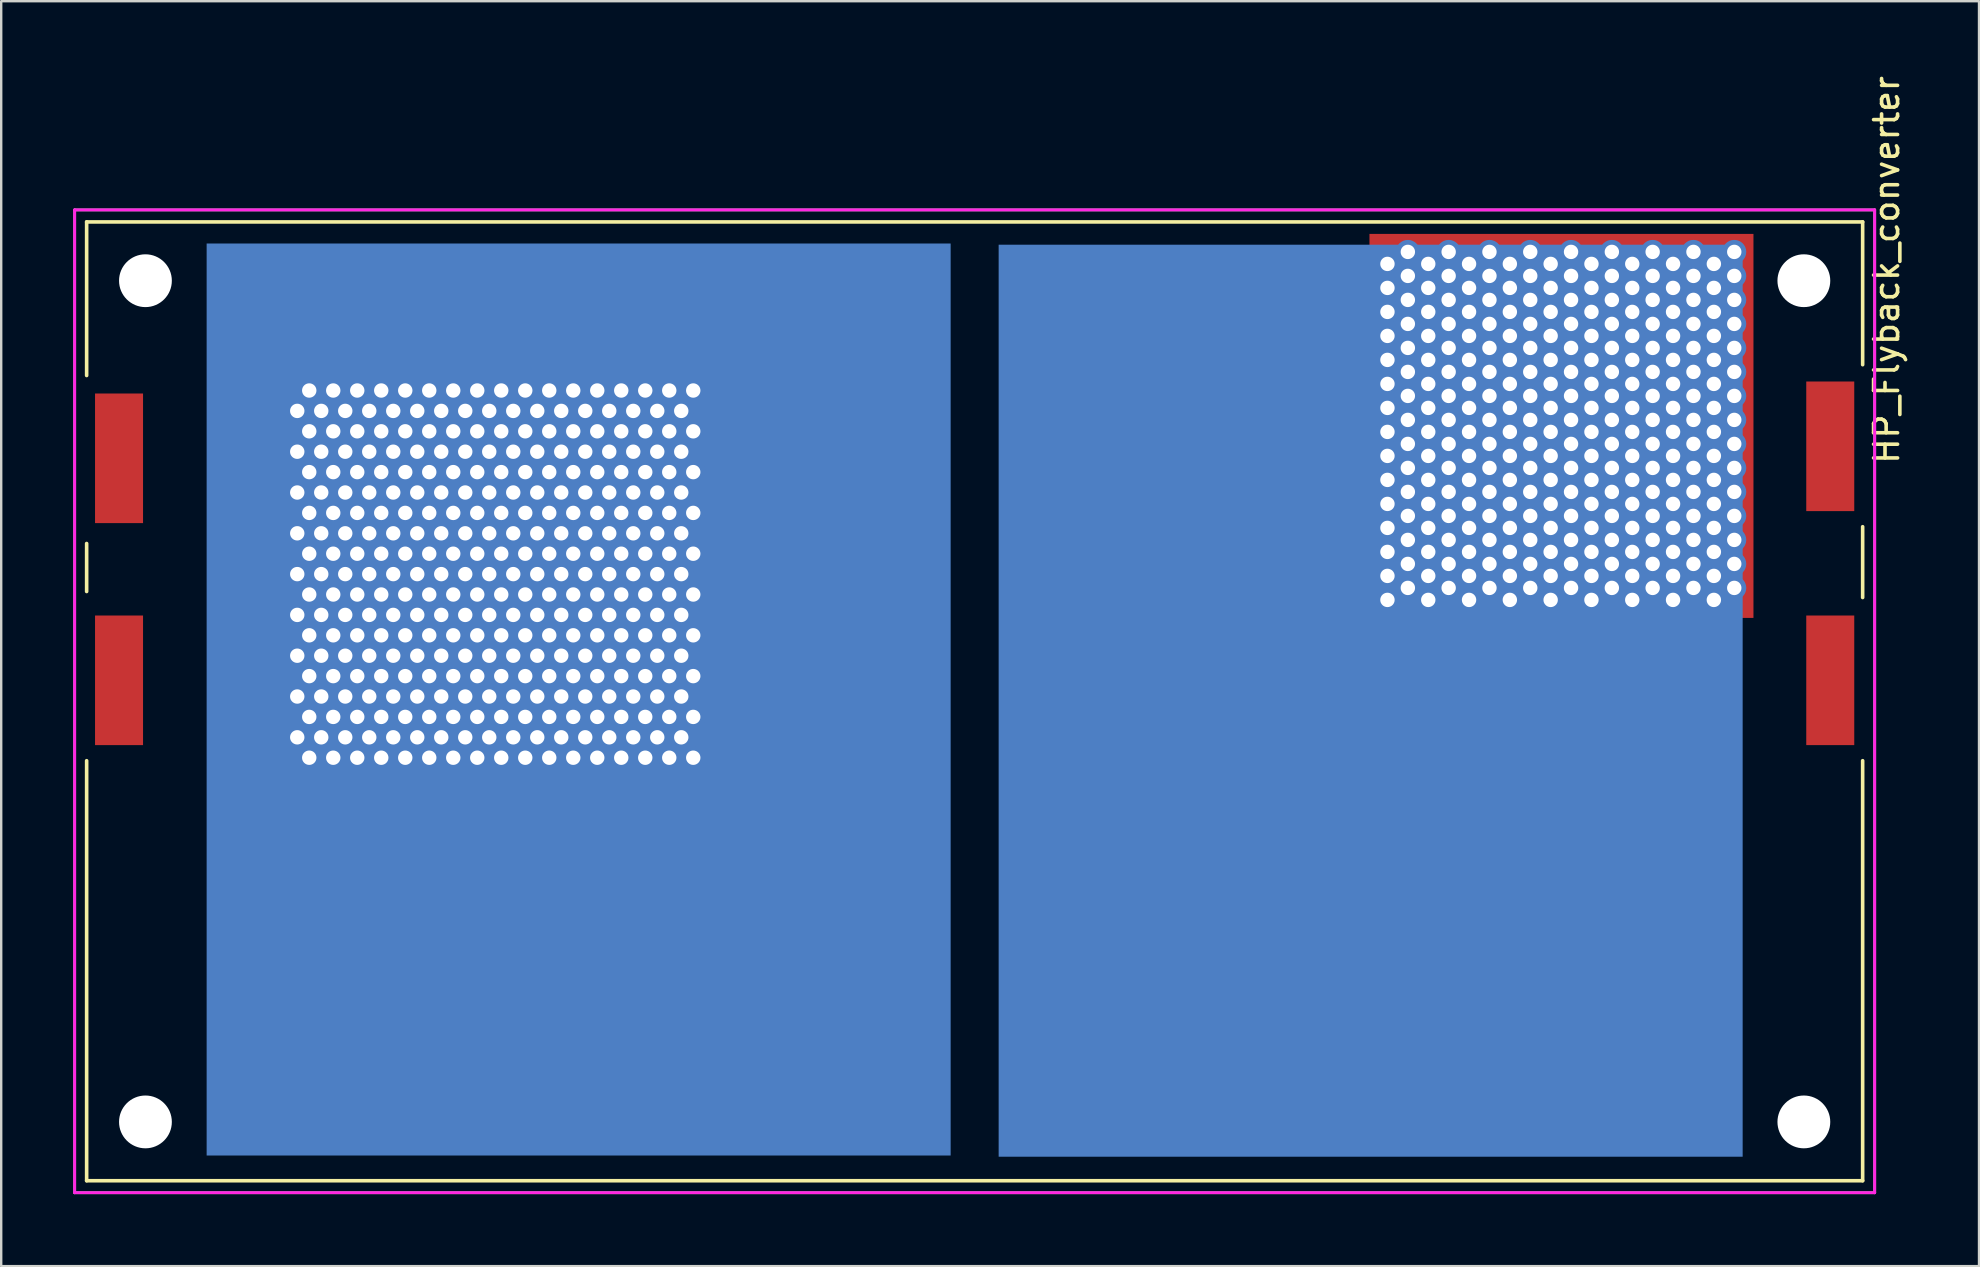
<source format=kicad_pcb>
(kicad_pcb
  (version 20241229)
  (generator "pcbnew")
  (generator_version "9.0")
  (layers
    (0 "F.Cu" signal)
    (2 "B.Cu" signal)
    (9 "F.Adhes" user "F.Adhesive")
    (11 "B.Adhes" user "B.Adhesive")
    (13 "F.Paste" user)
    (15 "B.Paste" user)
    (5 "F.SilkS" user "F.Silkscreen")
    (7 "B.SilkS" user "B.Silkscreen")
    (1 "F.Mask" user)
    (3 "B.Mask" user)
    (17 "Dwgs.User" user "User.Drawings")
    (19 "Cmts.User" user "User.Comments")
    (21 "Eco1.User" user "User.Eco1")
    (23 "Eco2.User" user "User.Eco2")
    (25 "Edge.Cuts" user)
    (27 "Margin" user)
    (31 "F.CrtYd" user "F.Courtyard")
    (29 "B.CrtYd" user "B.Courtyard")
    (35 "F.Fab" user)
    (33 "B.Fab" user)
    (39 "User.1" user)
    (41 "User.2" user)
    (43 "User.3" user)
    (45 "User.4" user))
  (footprint "HP_Flyback_converter"
    (layer "F.Cu")
    (at 42.06 26.146)
    (property "Reference" "HP_Flyback_converter" (at 33.5 -17.95 90) (layer "F.SilkS") (effects (font (size 1 1) (thickness 0.15))))
    (attr through_hole)
    (fp_line (start -41.5 -19.95) (end 32.5 -19.95) (stroke (width 0.15) (type solid)) (layer "F.SilkS"))
    (fp_line (start -41.5 -13.55) (end -41.5 -19.95) (stroke (width 0.15) (type solid)) (layer "F.SilkS"))
    (fp_line (start -41.5 -4.55) (end -41.5 -6.55) (stroke (width 0.15) (type solid)) (layer "F.SilkS"))
    (fp_line (start -41.5 20) (end -41.5 2.5) (stroke (width 0.15) (type solid)) (layer "F.SilkS"))
    (fp_line (start 32.5 -19.95) (end 32.5 -14) (stroke (width 0.15) (type solid)) (layer "F.SilkS"))
    (fp_line (start 32.5 -7.25) (end 32.5 -4.3) (stroke (width 0.15) (type solid)) (layer "F.SilkS"))
    (fp_line (start 32.5 2.5) (end 32.5 20) (stroke (width 0.15) (type solid)) (layer "F.SilkS"))
    (fp_line (start 32.5 20) (end -41.5 20) (stroke (width 0.15) (type solid)) (layer "F.SilkS"))
    (fp_line (start -42 -20.45) (end -42 20.5) (stroke (width 0.12) (type solid)) (layer "F.CrtYd"))
    (fp_line (start -42 20.5) (end 33 20.5) (stroke (width 0.12) (type solid)) (layer "F.CrtYd"))
    (fp_line (start 33 -20.45) (end -42 -20.45) (stroke (width 0.12) (type solid)) (layer "F.CrtYd"))
    (fp_line (start 33 20.5) (end 33 -20.45) (stroke (width 0.12) (type solid)) (layer "F.CrtYd"))
    (fp_line (start -42 -20.45) (end -42 20.5) (stroke (width 0.12) (type solid)) (layer "F.Fab"))
    (fp_line (start -42 20.5) (end 33 20.5) (stroke (width 0.12) (type solid)) (layer "F.Fab"))
    (fp_line (start 33 -20.45) (end -42 -20.45) (stroke (width 0.12) (type solid)) (layer "F.Fab"))
    (fp_line (start 33 20.5) (end 33 -20.45) (stroke (width 0.12) (type solid)) (layer "F.Fab"))
    (pad "" np_thru_hole circle (at -39.05 -17.5) (size 2.2 2.2) (drill 2.2) (layers "*.Cu" "*.Mask"))
    (pad "" np_thru_hole circle (at -39.05 17.55) (size 2.2 2.2) (drill 2.2) (layers "*.Cu" "*.Mask"))
    (pad "" np_thru_hole circle (at 30.05 -17.5) (size 2.2 2.2) (drill 2.2) (layers "*.Cu" "*.Mask"))
    (pad "" np_thru_hole circle (at 30.05 17.55) (size 2.2 2.2) (drill 2.2) (layers "*.Cu" "*.Mask"))
    (pad "1" smd rect (at -40.15 -10.1) (size 2 5.4) (layers "F.Cu" "F.Mask" "F.Paste"))
    (pad "2" smd rect (at -40.15 -0.85) (size 2 5.4) (layers "F.Cu" "F.Mask" "F.Paste"))
    (pad "2" smd rect (at 31.15 -0.85) (size 2 5.4) (layers "F.Cu" "F.Mask" "F.Paste"))
    (pad "3" smd rect (at 31.15 -10.6) (size 2 5.4) (layers "F.Cu" "F.Mask" "F.Paste"))
    (pad "4" thru_hole circle (at -32.725 -12.075) (size 1 1) (drill 0.6) (layers "*.Cu" "F.Mask"))
    (pad "4" thru_hole circle (at -32.725 -10.375) (size 1 1) (drill 0.6) (layers "*.Cu" "F.Mask"))
    (pad "4" thru_hole circle (at -32.725 -8.675) (size 1 1) (drill 0.6) (layers "*.Cu" "F.Mask"))
    (pad "4" thru_hole circle (at -32.725 -6.975) (size 1 1) (drill 0.6) (layers "*.Cu" "F.Mask"))
    (pad "4" thru_hole circle (at -32.725 -5.275) (size 1 1) (drill 0.6) (layers "*.Cu" "F.Mask"))
    (pad "4" thru_hole circle (at -32.725 -3.575) (size 1 1) (drill 0.6) (layers "*.Cu" "F.Mask"))
    (pad "4" thru_hole circle (at -32.725 -1.875) (size 1 1) (drill 0.6) (layers "*.Cu" "F.Mask"))
    (pad "4" thru_hole circle (at -32.725 -0.175) (size 1 1) (drill 0.6) (layers "*.Cu" "F.Mask"))
    (pad "4" thru_hole circle (at -32.725 1.525) (size 1 1) (drill 0.6) (layers "*.Cu" "F.Mask"))
    (pad "4" thru_hole circle (at -32.225 -12.925) (size 1 1) (drill 0.6) (layers "*.Cu" "F.Mask"))
    (pad "4" thru_hole circle (at -32.225 -11.225) (size 1 1) (drill 0.6) (layers "*.Cu" "F.Mask"))
    (pad "4" thru_hole circle (at -32.225 -9.525) (size 1 1) (drill 0.6) (layers "*.Cu" "F.Mask"))
    (pad "4" thru_hole circle (at -32.225 -7.825) (size 1 1) (drill 0.6) (layers "*.Cu" "F.Mask"))
    (pad "4" thru_hole circle (at -32.225 -6.125) (size 1 1) (drill 0.6) (layers "*.Cu" "F.Mask"))
    (pad "4" thru_hole circle (at -32.225 -4.425) (size 1 1) (drill 0.6) (layers "*.Cu" "F.Mask"))
    (pad "4" thru_hole circle (at -32.225 -2.725) (size 1 1) (drill 0.6) (layers "*.Cu" "F.Mask"))
    (pad "4" thru_hole circle (at -32.225 -1.025) (size 1 1) (drill 0.6) (layers "*.Cu" "F.Mask"))
    (pad "4" thru_hole circle (at -32.225 0.675) (size 1 1) (drill 0.6) (layers "*.Cu" "F.Mask"))
    (pad "4" thru_hole circle (at -32.225 2.375) (size 1 1) (drill 0.6) (layers "*.Cu" "F.Mask"))
    (pad "4" thru_hole circle (at -31.725 -12.075) (size 1 1) (drill 0.6) (layers "*.Cu" "F.Mask"))
    (pad "4" thru_hole circle (at -31.725 -10.375) (size 1 1) (drill 0.6) (layers "*.Cu" "F.Mask"))
    (pad "4" thru_hole circle (at -31.725 -8.675) (size 1 1) (drill 0.6) (layers "*.Cu" "F.Mask"))
    (pad "4" thru_hole circle (at -31.725 -6.975) (size 1 1) (drill 0.6) (layers "*.Cu" "F.Mask"))
    (pad "4" thru_hole circle (at -31.725 -5.275) (size 1 1) (drill 0.6) (layers "*.Cu" "F.Mask"))
    (pad "4" thru_hole circle (at -31.725 -3.575) (size 1 1) (drill 0.6) (layers "*.Cu" "F.Mask"))
    (pad "4" thru_hole circle (at -31.725 -1.875) (size 1 1) (drill 0.6) (layers "*.Cu" "F.Mask"))
    (pad "4" thru_hole circle (at -31.725 -0.175) (size 1 1) (drill 0.6) (layers "*.Cu" "F.Mask"))
    (pad "4" thru_hole circle (at -31.725 1.525) (size 1 1) (drill 0.6) (layers "*.Cu" "F.Mask"))
    (pad "4" thru_hole circle (at -31.225 -12.925) (size 1 1) (drill 0.6) (layers "*.Cu" "F.Mask"))
    (pad "4" thru_hole circle (at -31.225 -11.225) (size 1 1) (drill 0.6) (layers "*.Cu" "F.Mask"))
    (pad "4" thru_hole circle (at -31.225 -9.525) (size 1 1) (drill 0.6) (layers "*.Cu" "F.Mask"))
    (pad "4" thru_hole circle (at -31.225 -7.825) (size 1 1) (drill 0.6) (layers "*.Cu" "F.Mask"))
    (pad "4" thru_hole circle (at -31.225 -6.125) (size 1 1) (drill 0.6) (layers "*.Cu" "F.Mask"))
    (pad "4" thru_hole circle (at -31.225 -4.425) (size 1 1) (drill 0.6) (layers "*.Cu" "F.Mask"))
    (pad "4" thru_hole circle (at -31.225 -2.725) (size 1 1) (drill 0.6) (layers "*.Cu" "F.Mask"))
    (pad "4" thru_hole circle (at -31.225 -1.025) (size 1 1) (drill 0.6) (layers "*.Cu" "F.Mask"))
    (pad "4" thru_hole circle (at -31.225 0.675) (size 1 1) (drill 0.6) (layers "*.Cu" "F.Mask"))
    (pad "4" thru_hole circle (at -31.225 2.375) (size 1 1) (drill 0.6) (layers "*.Cu" "F.Mask"))
    (pad "4" thru_hole circle (at -30.725 -12.075) (size 1 1) (drill 0.6) (layers "*.Cu" "F.Mask"))
    (pad "4" thru_hole circle (at -30.725 -10.375) (size 1 1) (drill 0.6) (layers "*.Cu" "F.Mask"))
    (pad "4" thru_hole circle (at -30.725 -8.675) (size 1 1) (drill 0.6) (layers "*.Cu" "F.Mask"))
    (pad "4" thru_hole circle (at -30.725 -6.975) (size 1 1) (drill 0.6) (layers "*.Cu" "F.Mask"))
    (pad "4" thru_hole circle (at -30.725 -5.275) (size 1 1) (drill 0.6) (layers "*.Cu" "F.Mask"))
    (pad "4" thru_hole circle (at -30.725 -3.575) (size 1 1) (drill 0.6) (layers "*.Cu" "F.Mask"))
    (pad "4" thru_hole circle (at -30.725 -1.875) (size 1 1) (drill 0.6) (layers "*.Cu" "F.Mask"))
    (pad "4" thru_hole circle (at -30.725 -0.175) (size 1 1) (drill 0.6) (layers "*.Cu" "F.Mask"))
    (pad "4" thru_hole circle (at -30.725 1.525) (size 1 1) (drill 0.6) (layers "*.Cu" "F.Mask"))
    (pad "4" thru_hole circle (at -30.225 -12.925) (size 1 1) (drill 0.6) (layers "*.Cu" "F.Mask"))
    (pad "4" thru_hole circle (at -30.225 -11.225) (size 1 1) (drill 0.6) (layers "*.Cu" "F.Mask"))
    (pad "4" thru_hole circle (at -30.225 -9.525) (size 1 1) (drill 0.6) (layers "*.Cu" "F.Mask"))
    (pad "4" thru_hole circle (at -30.225 -7.825) (size 1 1) (drill 0.6) (layers "*.Cu" "F.Mask"))
    (pad "4" thru_hole circle (at -30.225 -6.125) (size 1 1) (drill 0.6) (layers "*.Cu" "F.Mask"))
    (pad "4" thru_hole circle (at -30.225 -4.425) (size 1 1) (drill 0.6) (layers "*.Cu" "F.Mask"))
    (pad "4" thru_hole circle (at -30.225 -2.725) (size 1 1) (drill 0.6) (layers "*.Cu" "F.Mask"))
    (pad "4" thru_hole circle (at -30.225 -1.025) (size 1 1) (drill 0.6) (layers "*.Cu" "F.Mask"))
    (pad "4" thru_hole circle (at -30.225 0.675) (size 1 1) (drill 0.6) (layers "*.Cu" "F.Mask"))
    (pad "4" thru_hole circle (at -30.225 2.375) (size 1 1) (drill 0.6) (layers "*.Cu" "F.Mask"))
    (pad "4" thru_hole circle (at -29.725 -12.075) (size 1 1) (drill 0.6) (layers "*.Cu" "F.Mask"))
    (pad "4" thru_hole circle (at -29.725 -10.375) (size 1 1) (drill 0.6) (layers "*.Cu" "F.Mask"))
    (pad "4" thru_hole circle (at -29.725 -8.675) (size 1 1) (drill 0.6) (layers "*.Cu" "F.Mask"))
    (pad "4" thru_hole circle (at -29.725 -6.975) (size 1 1) (drill 0.6) (layers "*.Cu" "F.Mask"))
    (pad "4" thru_hole circle (at -29.725 -5.275) (size 1 1) (drill 0.6) (layers "*.Cu" "F.Mask"))
    (pad "4" thru_hole circle (at -29.725 -3.575) (size 1 1) (drill 0.6) (layers "*.Cu" "F.Mask"))
    (pad "4" thru_hole circle (at -29.725 -1.875) (size 1 1) (drill 0.6) (layers "*.Cu" "F.Mask"))
    (pad "4" thru_hole circle (at -29.725 -0.175) (size 1 1) (drill 0.6) (layers "*.Cu" "F.Mask"))
    (pad "4" thru_hole circle (at -29.725 1.525) (size 1 1) (drill 0.6) (layers "*.Cu" "F.Mask"))
    (pad "4" thru_hole circle (at -29.225 -12.925) (size 1 1) (drill 0.6) (layers "*.Cu" "F.Mask"))
    (pad "4" thru_hole circle (at -29.225 -11.225) (size 1 1) (drill 0.6) (layers "*.Cu" "F.Mask"))
    (pad "4" thru_hole circle (at -29.225 -9.525) (size 1 1) (drill 0.6) (layers "*.Cu" "F.Mask"))
    (pad "4" thru_hole circle (at -29.225 -7.825) (size 1 1) (drill 0.6) (layers "*.Cu" "F.Mask"))
    (pad "4" thru_hole circle (at -29.225 -6.125) (size 1 1) (drill 0.6) (layers "*.Cu" "F.Mask"))
    (pad "4" thru_hole circle (at -29.225 -4.425) (size 1 1) (drill 0.6) (layers "*.Cu" "F.Mask"))
    (pad "4" thru_hole circle (at -29.225 -2.725) (size 1 1) (drill 0.6) (layers "*.Cu" "F.Mask"))
    (pad "4" thru_hole circle (at -29.225 -1.025) (size 1 1) (drill 0.6) (layers "*.Cu" "F.Mask"))
    (pad "4" thru_hole circle (at -29.225 0.675) (size 1 1) (drill 0.6) (layers "*.Cu" "F.Mask"))
    (pad "4" thru_hole circle (at -29.225 2.375) (size 1 1) (drill 0.6) (layers "*.Cu" "F.Mask"))
    (pad "4" thru_hole circle (at -28.725 -12.075) (size 1 1) (drill 0.6) (layers "*.Cu" "F.Mask"))
    (pad "4" thru_hole circle (at -28.725 -10.375) (size 1 1) (drill 0.6) (layers "*.Cu" "F.Mask"))
    (pad "4" thru_hole circle (at -28.725 -8.675) (size 1 1) (drill 0.6) (layers "*.Cu" "F.Mask"))
    (pad "4" thru_hole circle (at -28.725 -6.975) (size 1 1) (drill 0.6) (layers "*.Cu" "F.Mask"))
    (pad "4" thru_hole circle (at -28.725 -5.275) (size 1 1) (drill 0.6) (layers "*.Cu" "F.Mask"))
    (pad "4" thru_hole circle (at -28.725 -3.575) (size 1 1) (drill 0.6) (layers "*.Cu" "F.Mask"))
    (pad "4" thru_hole circle (at -28.725 -1.875) (size 1 1) (drill 0.6) (layers "*.Cu" "F.Mask"))
    (pad "4" thru_hole circle (at -28.725 -0.175) (size 1 1) (drill 0.6) (layers "*.Cu" "F.Mask"))
    (pad "4" thru_hole circle (at -28.725 1.525) (size 1 1) (drill 0.6) (layers "*.Cu" "F.Mask"))
    (pad "4" thru_hole circle (at -28.225 -12.925) (size 1 1) (drill 0.6) (layers "*.Cu" "F.Mask"))
    (pad "4" thru_hole circle (at -28.225 -11.225) (size 1 1) (drill 0.6) (layers "*.Cu" "F.Mask"))
    (pad "4" thru_hole circle (at -28.225 -9.525) (size 1 1) (drill 0.6) (layers "*.Cu" "F.Mask"))
    (pad "4" thru_hole circle (at -28.225 -7.825) (size 1 1) (drill 0.6) (layers "*.Cu" "F.Mask"))
    (pad "4" thru_hole circle (at -28.225 -6.125) (size 1 1) (drill 0.6) (layers "*.Cu" "F.Mask"))
    (pad "4" thru_hole circle (at -28.225 -4.425) (size 1 1) (drill 0.6) (layers "*.Cu" "F.Mask"))
    (pad "4" thru_hole circle (at -28.225 -2.725) (size 1 1) (drill 0.6) (layers "*.Cu" "F.Mask"))
    (pad "4" thru_hole circle (at -28.225 -1.025) (size 1 1) (drill 0.6) (layers "*.Cu" "F.Mask"))
    (pad "4" thru_hole circle (at -28.225 0.675) (size 1 1) (drill 0.6) (layers "*.Cu" "F.Mask"))
    (pad "4" thru_hole circle (at -28.225 2.375) (size 1 1) (drill 0.6) (layers "*.Cu" "F.Mask"))
    (pad "4" thru_hole circle (at -27.725 -12.075) (size 1 1) (drill 0.6) (layers "*.Cu" "F.Mask"))
    (pad "4" thru_hole circle (at -27.725 -10.375) (size 1 1) (drill 0.6) (layers "*.Cu" "F.Mask"))
    (pad "4" thru_hole circle (at -27.725 -8.675) (size 1 1) (drill 0.6) (layers "*.Cu" "F.Mask"))
    (pad "4" thru_hole circle (at -27.725 -6.975) (size 1 1) (drill 0.6) (layers "*.Cu" "F.Mask"))
    (pad "4" thru_hole circle (at -27.725 -5.275) (size 1 1) (drill 0.6) (layers "*.Cu" "F.Mask"))
    (pad "4" thru_hole circle (at -27.725 -3.575) (size 1 1) (drill 0.6) (layers "*.Cu" "F.Mask"))
    (pad "4" thru_hole circle (at -27.725 -1.875) (size 1 1) (drill 0.6) (layers "*.Cu" "F.Mask"))
    (pad "4" thru_hole circle (at -27.725 -0.175) (size 1 1) (drill 0.6) (layers "*.Cu" "F.Mask"))
    (pad "4" thru_hole circle (at -27.725 1.525) (size 1 1) (drill 0.6) (layers "*.Cu" "F.Mask"))
    (pad "4" thru_hole circle (at -27.225 -12.925) (size 1 1) (drill 0.6) (layers "*.Cu" "F.Mask"))
    (pad "4" thru_hole circle (at -27.225 -11.225) (size 1 1) (drill 0.6) (layers "*.Cu" "F.Mask"))
    (pad "4" thru_hole circle (at -27.225 -9.525) (size 1 1) (drill 0.6) (layers "*.Cu" "F.Mask"))
    (pad "4" thru_hole circle (at -27.225 -7.825) (size 1 1) (drill 0.6) (layers "*.Cu" "F.Mask"))
    (pad "4" thru_hole circle (at -27.225 -6.125) (size 1 1) (drill 0.6) (layers "*.Cu" "F.Mask"))
    (pad "4" thru_hole circle (at -27.225 -4.425) (size 1 1) (drill 0.6) (layers "*.Cu" "F.Mask"))
    (pad "4" thru_hole circle (at -27.225 -2.725) (size 1 1) (drill 0.6) (layers "*.Cu" "F.Mask"))
    (pad "4" thru_hole circle (at -27.225 -1.025) (size 1 1) (drill 0.6) (layers "*.Cu" "F.Mask"))
    (pad "4" thru_hole circle (at -27.225 0.675) (size 1 1) (drill 0.6) (layers "*.Cu" "F.Mask"))
    (pad "4" thru_hole circle (at -27.225 2.375) (size 1 1) (drill 0.6) (layers "*.Cu" "F.Mask"))
    (pad "4" thru_hole circle (at -26.725 -12.075) (size 1 1) (drill 0.6) (layers "*.Cu" "F.Mask"))
    (pad "4" thru_hole circle (at -26.725 -10.375) (size 1 1) (drill 0.6) (layers "*.Cu" "F.Mask"))
    (pad "4" thru_hole circle (at -26.725 -8.675) (size 1 1) (drill 0.6) (layers "*.Cu" "F.Mask"))
    (pad "4" thru_hole circle (at -26.725 -6.975) (size 1 1) (drill 0.6) (layers "*.Cu" "F.Mask"))
    (pad "4" thru_hole circle (at -26.725 -5.275) (size 1 1) (drill 0.6) (layers "*.Cu" "F.Mask"))
    (pad "4" thru_hole circle (at -26.725 -3.575) (size 1 1) (drill 0.6) (layers "*.Cu" "F.Mask"))
    (pad "4" thru_hole circle (at -26.725 -1.875) (size 1 1) (drill 0.6) (layers "*.Cu" "F.Mask"))
    (pad "4" thru_hole circle (at -26.725 -0.175) (size 1 1) (drill 0.6) (layers "*.Cu" "F.Mask"))
    (pad "4" thru_hole circle (at -26.725 1.525) (size 1 1) (drill 0.6) (layers "*.Cu" "F.Mask"))
    (pad "4" thru_hole circle (at -26.225 -12.925) (size 1 1) (drill 0.6) (layers "*.Cu" "F.Mask"))
    (pad "4" thru_hole circle (at -26.225 -11.225) (size 1 1) (drill 0.6) (layers "*.Cu" "F.Mask"))
    (pad "4" thru_hole circle (at -26.225 -9.525) (size 1 1) (drill 0.6) (layers "*.Cu" "F.Mask"))
    (pad "4" thru_hole circle (at -26.225 -7.825) (size 1 1) (drill 0.6) (layers "*.Cu" "F.Mask"))
    (pad "4" thru_hole circle (at -26.225 -6.125) (size 1 1) (drill 0.6) (layers "*.Cu" "F.Mask"))
    (pad "4" thru_hole circle (at -26.225 -4.425) (size 1 1) (drill 0.6) (layers "*.Cu" "F.Mask"))
    (pad "4" thru_hole circle (at -26.225 -2.725) (size 1 1) (drill 0.6) (layers "*.Cu" "F.Mask"))
    (pad "4" thru_hole circle (at -26.225 -1.025) (size 1 1) (drill 0.6) (layers "*.Cu" "F.Mask"))
    (pad "4" thru_hole circle (at -26.225 0.675) (size 1 1) (drill 0.6) (layers "*.Cu" "F.Mask"))
    (pad "4" thru_hole circle (at -26.225 2.375) (size 1 1) (drill 0.6) (layers "*.Cu" "F.Mask"))
    (pad "4" thru_hole circle (at -25.725 -12.075) (size 1 1) (drill 0.6) (layers "*.Cu" "F.Mask"))
    (pad "4" thru_hole circle (at -25.725 -10.375) (size 1 1) (drill 0.6) (layers "*.Cu" "F.Mask"))
    (pad "4" thru_hole circle (at -25.725 -8.675) (size 1 1) (drill 0.6) (layers "*.Cu" "F.Mask"))
    (pad "4" thru_hole circle (at -25.725 -6.975) (size 1 1) (drill 0.6) (layers "*.Cu" "F.Mask"))
    (pad "4" thru_hole circle (at -25.725 -5.275) (size 1 1) (drill 0.6) (layers "*.Cu" "F.Mask"))
    (pad "4" thru_hole circle (at -25.725 -3.575) (size 1 1) (drill 0.6) (layers "*.Cu" "F.Mask"))
    (pad "4" thru_hole circle (at -25.725 -1.875) (size 1 1) (drill 0.6) (layers "*.Cu" "F.Mask"))
    (pad "4" thru_hole circle (at -25.725 -0.175) (size 1 1) (drill 0.6) (layers "*.Cu" "F.Mask"))
    (pad "4" thru_hole circle (at -25.725 1.525) (size 1 1) (drill 0.6) (layers "*.Cu" "F.Mask"))
    (pad "4" thru_hole circle (at -25.225 -12.925) (size 1 1) (drill 0.6) (layers "*.Cu" "F.Mask"))
    (pad "4" thru_hole circle (at -25.225 -11.225) (size 1 1) (drill 0.6) (layers "*.Cu" "F.Mask"))
    (pad "4" thru_hole circle (at -25.225 -9.525) (size 1 1) (drill 0.6) (layers "*.Cu" "F.Mask"))
    (pad "4" thru_hole circle (at -25.225 -7.825) (size 1 1) (drill 0.6) (layers "*.Cu" "F.Mask"))
    (pad "4" thru_hole circle (at -25.225 -6.125) (size 1 1) (drill 0.6) (layers "*.Cu" "F.Mask"))
    (pad "4" thru_hole circle (at -25.225 -4.425) (size 1 1) (drill 0.6) (layers "*.Cu" "F.Mask"))
    (pad "4" thru_hole circle (at -25.225 -2.725) (size 1 1) (drill 0.6) (layers "*.Cu" "F.Mask"))
    (pad "4" thru_hole circle (at -25.225 -1.025) (size 1 1) (drill 0.6) (layers "*.Cu" "F.Mask"))
    (pad "4" thru_hole circle (at -25.225 0.675) (size 1 1) (drill 0.6) (layers "*.Cu" "F.Mask"))
    (pad "4" thru_hole circle (at -25.225 2.375) (size 1 1) (drill 0.6) (layers "*.Cu" "F.Mask"))
    (pad "4" thru_hole circle (at -24.725 -12.075) (size 1 1) (drill 0.6) (layers "*.Cu" "F.Mask"))
    (pad "4" thru_hole circle (at -24.725 -10.375) (size 1 1) (drill 0.6) (layers "*.Cu" "F.Mask"))
    (pad "4" thru_hole circle (at -24.725 -8.675) (size 1 1) (drill 0.6) (layers "*.Cu" "F.Mask"))
    (pad "4" thru_hole circle (at -24.725 -6.975) (size 1 1) (drill 0.6) (layers "*.Cu" "F.Mask"))
    (pad "4" thru_hole circle (at -24.725 -5.275) (size 1 1) (drill 0.6) (layers "*.Cu" "F.Mask"))
    (pad "4" thru_hole circle (at -24.725 -3.575) (size 1 1) (drill 0.6) (layers "*.Cu" "F.Mask"))
    (pad "4" thru_hole circle (at -24.725 -1.875) (size 1 1) (drill 0.6) (layers "*.Cu" "F.Mask"))
    (pad "4" thru_hole circle (at -24.725 -0.175) (size 1 1) (drill 0.6) (layers "*.Cu" "F.Mask"))
    (pad "4" thru_hole circle (at -24.725 1.525) (size 1 1) (drill 0.6) (layers "*.Cu" "F.Mask"))
    (pad "4" smd rect (at -24.475 -5.275) (size 18 17) (layers "F.Cu" "F.Mask" "F.Paste"))
    (pad "4" thru_hole circle (at -24.225 -12.925) (size 1 1) (drill 0.6) (layers "*.Cu" "F.Mask"))
    (pad "4" thru_hole circle (at -24.225 -11.225) (size 1 1) (drill 0.6) (layers "*.Cu" "F.Mask"))
    (pad "4" thru_hole circle (at -24.225 -9.525) (size 1 1) (drill 0.6) (layers "*.Cu" "F.Mask"))
    (pad "4" thru_hole circle (at -24.225 -7.825) (size 1 1) (drill 0.6) (layers "*.Cu" "F.Mask"))
    (pad "4" thru_hole circle (at -24.225 -6.125) (size 1 1) (drill 0.6) (layers "*.Cu" "F.Mask"))
    (pad "4" thru_hole circle (at -24.225 -4.425) (size 1 1) (drill 0.6) (layers "*.Cu" "F.Mask"))
    (pad "4" thru_hole circle (at -24.225 -2.725) (size 1 1) (drill 0.6) (layers "*.Cu" "F.Mask"))
    (pad "4" thru_hole circle (at -24.225 -1.025) (size 1 1) (drill 0.6) (layers "*.Cu" "F.Mask"))
    (pad "4" thru_hole circle (at -24.225 0.675) (size 1 1) (drill 0.6) (layers "*.Cu" "F.Mask"))
    (pad "4" thru_hole circle (at -24.225 2.375) (size 1 1) (drill 0.6) (layers "*.Cu" "F.Mask"))
    (pad "4" thru_hole circle (at -23.725 -12.075) (size 1 1) (drill 0.6) (layers "*.Cu" "F.Mask"))
    (pad "4" thru_hole circle (at -23.725 -10.375) (size 1 1) (drill 0.6) (layers "*.Cu" "F.Mask"))
    (pad "4" thru_hole circle (at -23.725 -8.675) (size 1 1) (drill 0.6) (layers "*.Cu" "F.Mask"))
    (pad "4" thru_hole circle (at -23.725 -6.975) (size 1 1) (drill 0.6) (layers "*.Cu" "F.Mask"))
    (pad "4" thru_hole circle (at -23.725 -5.275) (size 1 1) (drill 0.6) (layers "*.Cu" "F.Mask"))
    (pad "4" thru_hole circle (at -23.725 -3.575) (size 1 1) (drill 0.6) (layers "*.Cu" "F.Mask"))
    (pad "4" thru_hole circle (at -23.725 -1.875) (size 1 1) (drill 0.6) (layers "*.Cu" "F.Mask"))
    (pad "4" thru_hole circle (at -23.725 -0.175) (size 1 1) (drill 0.6) (layers "*.Cu" "F.Mask"))
    (pad "4" thru_hole circle (at -23.725 1.525) (size 1 1) (drill 0.6) (layers "*.Cu" "F.Mask"))
    (pad "4" thru_hole circle (at -23.225 -12.925) (size 1 1) (drill 0.6) (layers "*.Cu" "F.Mask"))
    (pad "4" thru_hole circle (at -23.225 -11.225) (size 1 1) (drill 0.6) (layers "*.Cu" "F.Mask"))
    (pad "4" thru_hole circle (at -23.225 -9.525) (size 1 1) (drill 0.6) (layers "*.Cu" "F.Mask"))
    (pad "4" thru_hole circle (at -23.225 -7.825) (size 1 1) (drill 0.6) (layers "*.Cu" "F.Mask"))
    (pad "4" thru_hole circle (at -23.225 -6.125) (size 1 1) (drill 0.6) (layers "*.Cu" "F.Mask"))
    (pad "4" thru_hole circle (at -23.225 -4.425) (size 1 1) (drill 0.6) (layers "*.Cu" "F.Mask"))
    (pad "4" thru_hole circle (at -23.225 -2.725) (size 1 1) (drill 0.6) (layers "*.Cu" "F.Mask"))
    (pad "4" thru_hole circle (at -23.225 -1.025) (size 1 1) (drill 0.6) (layers "*.Cu" "F.Mask"))
    (pad "4" thru_hole circle (at -23.225 0.675) (size 1 1) (drill 0.6) (layers "*.Cu" "F.Mask"))
    (pad "4" thru_hole circle (at -23.225 2.375) (size 1 1) (drill 0.6) (layers "*.Cu" "F.Mask"))
    (pad "4" thru_hole circle (at -22.725 -12.075) (size 1 1) (drill 0.6) (layers "*.Cu" "F.Mask"))
    (pad "4" thru_hole circle (at -22.725 -10.375) (size 1 1) (drill 0.6) (layers "*.Cu" "F.Mask"))
    (pad "4" thru_hole circle (at -22.725 -8.675) (size 1 1) (drill 0.6) (layers "*.Cu" "F.Mask"))
    (pad "4" thru_hole circle (at -22.725 -6.975) (size 1 1) (drill 0.6) (layers "*.Cu" "F.Mask"))
    (pad "4" thru_hole circle (at -22.725 -5.275) (size 1 1) (drill 0.6) (layers "*.Cu" "F.Mask"))
    (pad "4" thru_hole circle (at -22.725 -3.575) (size 1 1) (drill 0.6) (layers "*.Cu" "F.Mask"))
    (pad "4" thru_hole circle (at -22.725 -1.875) (size 1 1) (drill 0.6) (layers "*.Cu" "F.Mask"))
    (pad "4" thru_hole circle (at -22.725 -0.175) (size 1 1) (drill 0.6) (layers "*.Cu" "F.Mask"))
    (pad "4" thru_hole circle (at -22.725 1.525) (size 1 1) (drill 0.6) (layers "*.Cu" "F.Mask"))
    (pad "4" thru_hole circle (at -22.225 -12.925) (size 1 1) (drill 0.6) (layers "*.Cu" "F.Mask"))
    (pad "4" thru_hole circle (at -22.225 -11.225) (size 1 1) (drill 0.6) (layers "*.Cu" "F.Mask"))
    (pad "4" thru_hole circle (at -22.225 -9.525) (size 1 1) (drill 0.6) (layers "*.Cu" "F.Mask"))
    (pad "4" thru_hole circle (at -22.225 -7.825) (size 1 1) (drill 0.6) (layers "*.Cu" "F.Mask"))
    (pad "4" thru_hole circle (at -22.225 -6.125) (size 1 1) (drill 0.6) (layers "*.Cu" "F.Mask"))
    (pad "4" thru_hole circle (at -22.225 -4.425) (size 1 1) (drill 0.6) (layers "*.Cu" "F.Mask"))
    (pad "4" thru_hole circle (at -22.225 -2.725) (size 1 1) (drill 0.6) (layers "*.Cu" "F.Mask"))
    (pad "4" thru_hole circle (at -22.225 -1.025) (size 1 1) (drill 0.6) (layers "*.Cu" "F.Mask"))
    (pad "4" thru_hole circle (at -22.225 0.675) (size 1 1) (drill 0.6) (layers "*.Cu" "F.Mask"))
    (pad "4" thru_hole circle (at -22.225 2.375) (size 1 1) (drill 0.6) (layers "*.Cu" "F.Mask"))
    (pad "4" thru_hole circle (at -21.725 -12.075) (size 1 1) (drill 0.6) (layers "*.Cu" "F.Mask"))
    (pad "4" thru_hole circle (at -21.725 -10.375) (size 1 1) (drill 0.6) (layers "*.Cu" "F.Mask"))
    (pad "4" thru_hole circle (at -21.725 -8.675) (size 1 1) (drill 0.6) (layers "*.Cu" "F.Mask"))
    (pad "4" thru_hole circle (at -21.725 -6.975) (size 1 1) (drill 0.6) (layers "*.Cu" "F.Mask"))
    (pad "4" thru_hole circle (at -21.725 -5.275) (size 1 1) (drill 0.6) (layers "*.Cu" "F.Mask"))
    (pad "4" thru_hole circle (at -21.725 -3.575) (size 1 1) (drill 0.6) (layers "*.Cu" "F.Mask"))
    (pad "4" thru_hole circle (at -21.725 -1.875) (size 1 1) (drill 0.6) (layers "*.Cu" "F.Mask"))
    (pad "4" thru_hole circle (at -21.725 -0.175) (size 1 1) (drill 0.6) (layers "*.Cu" "F.Mask"))
    (pad "4" thru_hole circle (at -21.725 1.525) (size 1 1) (drill 0.6) (layers "*.Cu" "F.Mask"))
    (pad "4" thru_hole circle (at -21.225 -12.925) (size 1 1) (drill 0.6) (layers "*.Cu" "F.Mask"))
    (pad "4" thru_hole circle (at -21.225 -11.225) (size 1 1) (drill 0.6) (layers "*.Cu" "F.Mask"))
    (pad "4" thru_hole circle (at -21.225 -9.525) (size 1 1) (drill 0.6) (layers "*.Cu" "F.Mask"))
    (pad "4" thru_hole circle (at -21.225 -7.825) (size 1 1) (drill 0.6) (layers "*.Cu" "F.Mask"))
    (pad "4" thru_hole circle (at -21.225 -6.125) (size 1 1) (drill 0.6) (layers "*.Cu" "F.Mask"))
    (pad "4" thru_hole circle (at -21.225 -4.425) (size 1 1) (drill 0.6) (layers "*.Cu" "F.Mask"))
    (pad "4" thru_hole circle (at -21.225 -2.725) (size 1 1) (drill 0.6) (layers "*.Cu" "F.Mask"))
    (pad "4" thru_hole circle (at -21.225 -1.025) (size 1 1) (drill 0.6) (layers "*.Cu" "F.Mask"))
    (pad "4" thru_hole circle (at -21.225 0.675) (size 1 1) (drill 0.6) (layers "*.Cu" "F.Mask"))
    (pad "4" thru_hole circle (at -21.225 2.375) (size 1 1) (drill 0.6) (layers "*.Cu" "F.Mask"))
    (pad "4" smd rect (at -21 -0.05) (size 31 38) (layers "B.Cu"))
    (pad "4" thru_hole circle (at -20.725 -12.075) (size 1 1) (drill 0.6) (layers "*.Cu" "F.Mask"))
    (pad "4" thru_hole circle (at -20.725 -10.375) (size 1 1) (drill 0.6) (layers "*.Cu" "F.Mask"))
    (pad "4" thru_hole circle (at -20.725 -8.675) (size 1 1) (drill 0.6) (layers "*.Cu" "F.Mask"))
    (pad "4" thru_hole circle (at -20.725 -6.975) (size 1 1) (drill 0.6) (layers "*.Cu" "F.Mask"))
    (pad "4" thru_hole circle (at -20.725 -5.275) (size 1 1) (drill 0.6) (layers "*.Cu" "F.Mask"))
    (pad "4" thru_hole circle (at -20.725 -3.575) (size 1 1) (drill 0.6) (layers "*.Cu" "F.Mask"))
    (pad "4" thru_hole circle (at -20.725 -1.875) (size 1 1) (drill 0.6) (layers "*.Cu" "F.Mask"))
    (pad "4" thru_hole circle (at -20.725 -0.175) (size 1 1) (drill 0.6) (layers "*.Cu" "F.Mask"))
    (pad "4" thru_hole circle (at -20.725 1.525) (size 1 1) (drill 0.6) (layers "*.Cu" "F.Mask"))
    (pad "4" thru_hole circle (at -20.225 -12.925) (size 1 1) (drill 0.6) (layers "*.Cu" "F.Mask"))
    (pad "4" thru_hole circle (at -20.225 -11.225) (size 1 1) (drill 0.6) (layers "*.Cu" "F.Mask"))
    (pad "4" thru_hole circle (at -20.225 -9.525) (size 1 1) (drill 0.6) (layers "*.Cu" "F.Mask"))
    (pad "4" thru_hole circle (at -20.225 -7.825) (size 1 1) (drill 0.6) (layers "*.Cu" "F.Mask"))
    (pad "4" thru_hole circle (at -20.225 -6.125) (size 1 1) (drill 0.6) (layers "*.Cu" "F.Mask"))
    (pad "4" thru_hole circle (at -20.225 -4.425) (size 1 1) (drill 0.6) (layers "*.Cu" "F.Mask"))
    (pad "4" thru_hole circle (at -20.225 -2.725) (size 1 1) (drill 0.6) (layers "*.Cu" "F.Mask"))
    (pad "4" thru_hole circle (at -20.225 -1.025) (size 1 1) (drill 0.6) (layers "*.Cu" "F.Mask"))
    (pad "4" thru_hole circle (at -20.225 0.675) (size 1 1) (drill 0.6) (layers "*.Cu" "F.Mask"))
    (pad "4" thru_hole circle (at -20.225 2.375) (size 1 1) (drill 0.6) (layers "*.Cu" "F.Mask"))
    (pad "4" thru_hole circle (at -19.725 -12.075) (size 1 1) (drill 0.6) (layers "*.Cu" "F.Mask"))
    (pad "4" thru_hole circle (at -19.725 -10.375) (size 1 1) (drill 0.6) (layers "*.Cu" "F.Mask"))
    (pad "4" thru_hole circle (at -19.725 -8.675) (size 1 1) (drill 0.6) (layers "*.Cu" "F.Mask"))
    (pad "4" thru_hole circle (at -19.725 -6.975) (size 1 1) (drill 0.6) (layers "*.Cu" "F.Mask"))
    (pad "4" thru_hole circle (at -19.725 -5.275) (size 1 1) (drill 0.6) (layers "*.Cu" "F.Mask"))
    (pad "4" thru_hole circle (at -19.725 -3.575) (size 1 1) (drill 0.6) (layers "*.Cu" "F.Mask"))
    (pad "4" thru_hole circle (at -19.725 -1.875) (size 1 1) (drill 0.6) (layers "*.Cu" "F.Mask"))
    (pad "4" thru_hole circle (at -19.725 -0.175) (size 1 1) (drill 0.6) (layers "*.Cu" "F.Mask"))
    (pad "4" thru_hole circle (at -19.725 1.525) (size 1 1) (drill 0.6) (layers "*.Cu" "F.Mask"))
    (pad "4" thru_hole circle (at -19.225 -12.925) (size 1 1) (drill 0.6) (layers "*.Cu" "F.Mask"))
    (pad "4" thru_hole circle (at -19.225 -11.225) (size 1 1) (drill 0.6) (layers "*.Cu" "F.Mask"))
    (pad "4" thru_hole circle (at -19.225 -9.525) (size 1 1) (drill 0.6) (layers "*.Cu" "F.Mask"))
    (pad "4" thru_hole circle (at -19.225 -7.825) (size 1 1) (drill 0.6) (layers "*.Cu" "F.Mask"))
    (pad "4" thru_hole circle (at -19.225 -6.125) (size 1 1) (drill 0.6) (layers "*.Cu" "F.Mask"))
    (pad "4" thru_hole circle (at -19.225 -4.425) (size 1 1) (drill 0.6) (layers "*.Cu" "F.Mask"))
    (pad "4" thru_hole circle (at -19.225 -2.725) (size 1 1) (drill 0.6) (layers "*.Cu" "F.Mask"))
    (pad "4" thru_hole circle (at -19.225 -1.025) (size 1 1) (drill 0.6) (layers "*.Cu" "F.Mask"))
    (pad "4" thru_hole circle (at -19.225 0.675) (size 1 1) (drill 0.6) (layers "*.Cu" "F.Mask"))
    (pad "4" thru_hole circle (at -19.225 2.375) (size 1 1) (drill 0.6) (layers "*.Cu" "F.Mask"))
    (pad "4" thru_hole circle (at -18.725 -12.075) (size 1 1) (drill 0.6) (layers "*.Cu" "F.Mask"))
    (pad "4" thru_hole circle (at -18.725 -10.375) (size 1 1) (drill 0.6) (layers "*.Cu" "F.Mask"))
    (pad "4" thru_hole circle (at -18.725 -8.675) (size 1 1) (drill 0.6) (layers "*.Cu" "F.Mask"))
    (pad "4" thru_hole circle (at -18.725 -6.975) (size 1 1) (drill 0.6) (layers "*.Cu" "F.Mask"))
    (pad "4" thru_hole circle (at -18.725 -5.275) (size 1 1) (drill 0.6) (layers "*.Cu" "F.Mask"))
    (pad "4" thru_hole circle (at -18.725 -3.575) (size 1 1) (drill 0.6) (layers "*.Cu" "F.Mask"))
    (pad "4" thru_hole circle (at -18.725 -1.875) (size 1 1) (drill 0.6) (layers "*.Cu" "F.Mask"))
    (pad "4" thru_hole circle (at -18.725 -0.175) (size 1 1) (drill 0.6) (layers "*.Cu" "F.Mask"))
    (pad "4" thru_hole circle (at -18.725 1.525) (size 1 1) (drill 0.6) (layers "*.Cu" "F.Mask"))
    (pad "4" thru_hole circle (at -18.225 -12.925) (size 1 1) (drill 0.6) (layers "*.Cu" "F.Mask"))
    (pad "4" thru_hole circle (at -18.225 -11.225) (size 1 1) (drill 0.6) (layers "*.Cu" "F.Mask"))
    (pad "4" thru_hole circle (at -18.225 -9.525) (size 1 1) (drill 0.6) (layers "*.Cu" "F.Mask"))
    (pad "4" thru_hole circle (at -18.225 -7.825) (size 1 1) (drill 0.6) (layers "*.Cu" "F.Mask"))
    (pad "4" thru_hole circle (at -18.225 -6.125) (size 1 1) (drill 0.6) (layers "*.Cu" "F.Mask"))
    (pad "4" thru_hole circle (at -18.225 -4.425) (size 1 1) (drill 0.6) (layers "*.Cu" "F.Mask"))
    (pad "4" thru_hole circle (at -18.225 -2.725) (size 1 1) (drill 0.6) (layers "*.Cu" "F.Mask"))
    (pad "4" thru_hole circle (at -18.225 -1.025) (size 1 1) (drill 0.6) (layers "*.Cu" "F.Mask"))
    (pad "4" thru_hole circle (at -18.225 0.675) (size 1 1) (drill 0.6) (layers "*.Cu" "F.Mask"))
    (pad "4" thru_hole circle (at -18.225 2.375) (size 1 1) (drill 0.6) (layers "*.Cu" "F.Mask"))
    (pad "4" thru_hole circle (at -17.725 -12.075) (size 1 1) (drill 0.6) (layers "*.Cu" "F.Mask"))
    (pad "4" thru_hole circle (at -17.725 -10.375) (size 1 1) (drill 0.6) (layers "*.Cu" "F.Mask"))
    (pad "4" thru_hole circle (at -17.725 -8.675) (size 1 1) (drill 0.6) (layers "*.Cu" "F.Mask"))
    (pad "4" thru_hole circle (at -17.725 -6.975) (size 1 1) (drill 0.6) (layers "*.Cu" "F.Mask"))
    (pad "4" thru_hole circle (at -17.725 -5.275) (size 1 1) (drill 0.6) (layers "*.Cu" "F.Mask"))
    (pad "4" thru_hole circle (at -17.725 -3.575) (size 1 1) (drill 0.6) (layers "*.Cu" "F.Mask"))
    (pad "4" thru_hole circle (at -17.725 -1.875) (size 1 1) (drill 0.6) (layers "*.Cu" "F.Mask"))
    (pad "4" thru_hole circle (at -17.725 -0.175) (size 1 1) (drill 0.6) (layers "*.Cu" "F.Mask"))
    (pad "4" thru_hole circle (at -17.725 1.525) (size 1 1) (drill 0.6) (layers "*.Cu" "F.Mask"))
    (pad "4" thru_hole circle (at -17.225 -12.925) (size 1 1) (drill 0.6) (layers "*.Cu" "F.Mask"))
    (pad "4" thru_hole circle (at -17.225 -11.225) (size 1 1) (drill 0.6) (layers "*.Cu" "F.Mask"))
    (pad "4" thru_hole circle (at -17.225 -9.525) (size 1 1) (drill 0.6) (layers "*.Cu" "F.Mask"))
    (pad "4" thru_hole circle (at -17.225 -7.825) (size 1 1) (drill 0.6) (layers "*.Cu" "F.Mask"))
    (pad "4" thru_hole circle (at -17.225 -6.125) (size 1 1) (drill 0.6) (layers "*.Cu" "F.Mask"))
    (pad "4" thru_hole circle (at -17.225 -4.425) (size 1 1) (drill 0.6) (layers "*.Cu" "F.Mask"))
    (pad "4" thru_hole circle (at -17.225 -2.725) (size 1 1) (drill 0.6) (layers "*.Cu" "F.Mask"))
    (pad "4" thru_hole circle (at -17.225 -1.025) (size 1 1) (drill 0.6) (layers "*.Cu" "F.Mask"))
    (pad "4" thru_hole circle (at -17.225 0.675) (size 1 1) (drill 0.6) (layers "*.Cu" "F.Mask"))
    (pad "4" thru_hole circle (at -17.225 2.375) (size 1 1) (drill 0.6) (layers "*.Cu" "F.Mask"))
    (pad "4" thru_hole circle (at -16.725 -12.075) (size 1 1) (drill 0.6) (layers "*.Cu" "F.Mask"))
    (pad "4" thru_hole circle (at -16.725 -10.375) (size 1 1) (drill 0.6) (layers "*.Cu" "F.Mask"))
    (pad "4" thru_hole circle (at -16.725 -8.675) (size 1 1) (drill 0.6) (layers "*.Cu" "F.Mask"))
    (pad "4" thru_hole circle (at -16.725 -6.975) (size 1 1) (drill 0.6) (layers "*.Cu" "F.Mask"))
    (pad "4" thru_hole circle (at -16.725 -5.275) (size 1 1) (drill 0.6) (layers "*.Cu" "F.Mask"))
    (pad "4" thru_hole circle (at -16.725 -3.575) (size 1 1) (drill 0.6) (layers "*.Cu" "F.Mask"))
    (pad "4" thru_hole circle (at -16.725 -1.875) (size 1 1) (drill 0.6) (layers "*.Cu" "F.Mask"))
    (pad "4" thru_hole circle (at -16.725 -0.175) (size 1 1) (drill 0.6) (layers "*.Cu" "F.Mask"))
    (pad "4" thru_hole circle (at -16.725 1.525) (size 1 1) (drill 0.6) (layers "*.Cu" "F.Mask"))
    (pad "4" thru_hole circle (at -16.225 -12.925) (size 1 1) (drill 0.6) (layers "*.Cu" "F.Mask"))
    (pad "4" thru_hole circle (at -16.225 -11.225) (size 1 1) (drill 0.6) (layers "*.Cu" "F.Mask"))
    (pad "4" thru_hole circle (at -16.225 -9.525) (size 1 1) (drill 0.6) (layers "*.Cu" "F.Mask"))
    (pad "4" thru_hole circle (at -16.225 -7.825) (size 1 1) (drill 0.6) (layers "*.Cu" "F.Mask"))
    (pad "4" thru_hole circle (at -16.225 -6.125) (size 1 1) (drill 0.6) (layers "*.Cu" "F.Mask"))
    (pad "4" thru_hole circle (at -16.225 -4.425) (size 1 1) (drill 0.6) (layers "*.Cu" "F.Mask"))
    (pad "4" thru_hole circle (at -16.225 -2.725) (size 1 1) (drill 0.6) (layers "*.Cu" "F.Mask"))
    (pad "4" thru_hole circle (at -16.225 -1.025) (size 1 1) (drill 0.6) (layers "*.Cu" "F.Mask"))
    (pad "4" thru_hole circle (at -16.225 0.675) (size 1 1) (drill 0.6) (layers "*.Cu" "F.Mask"))
    (pad "4" thru_hole circle (at -16.225 2.375) (size 1 1) (drill 0.6) (layers "*.Cu" "F.Mask"))
    (pad "5" smd rect (at 12 0) (size 31 38) (layers "B.Cu"))
    (pad "5" thru_hole circle (at 12.7 -18.2) (size 1 1) (drill 0.6) (layers "*.Cu" "F.Mask"))
    (pad "5" thru_hole circle (at 12.7 -17.2) (size 1 1) (drill 0.6) (layers "*.Cu" "F.Mask"))
    (pad "5" thru_hole circle (at 12.7 -16.2) (size 1 1) (drill 0.6) (layers "*.Cu" "F.Mask"))
    (pad "5" thru_hole circle (at 12.7 -15.2) (size 1 1) (drill 0.6) (layers "*.Cu" "F.Mask"))
    (pad "5" thru_hole circle (at 12.7 -14.2) (size 1 1) (drill 0.6) (layers "*.Cu" "F.Mask"))
    (pad "5" thru_hole circle (at 12.7 -13.2) (size 1 1) (drill 0.6) (layers "*.Cu" "F.Mask"))
    (pad "5" thru_hole circle (at 12.7 -12.2) (size 1 1) (drill 0.6) (layers "*.Cu" "F.Mask"))
    (pad "5" thru_hole circle (at 12.7 -11.2) (size 1 1) (drill 0.6) (layers "*.Cu" "F.Mask"))
    (pad "5" thru_hole circle (at 12.7 -10.2) (size 1 1) (drill 0.6) (layers "*.Cu" "F.Mask"))
    (pad "5" thru_hole circle (at 12.7 -9.2) (size 1 1) (drill 0.6) (layers "*.Cu" "F.Mask"))
    (pad "5" thru_hole circle (at 12.7 -8.2) (size 1 1) (drill 0.6) (layers "*.Cu" "F.Mask"))
    (pad "5" thru_hole circle (at 12.7 -7.2) (size 1 1) (drill 0.6) (layers "*.Cu" "F.Mask"))
    (pad "5" thru_hole circle (at 12.7 -6.2) (size 1 1) (drill 0.6) (layers "*.Cu" "F.Mask"))
    (pad "5" thru_hole circle (at 12.7 -5.2) (size 1 1) (drill 0.6) (layers "*.Cu" "F.Mask"))
    (pad "5" thru_hole circle (at 12.7 -4.2) (size 1 1) (drill 0.6) (layers "*.Cu" "F.Mask"))
    (pad "5" thru_hole circle (at 13.55 -18.7) (size 1 1) (drill 0.6) (layers "*.Cu" "F.Mask"))
    (pad "5" thru_hole circle (at 13.55 -17.7) (size 1 1) (drill 0.6) (layers "*.Cu" "F.Mask"))
    (pad "5" thru_hole circle (at 13.55 -16.7) (size 1 1) (drill 0.6) (layers "*.Cu" "F.Mask"))
    (pad "5" thru_hole circle (at 13.55 -15.7) (size 1 1) (drill 0.6) (layers "*.Cu" "F.Mask"))
    (pad "5" thru_hole circle (at 13.55 -14.7) (size 1 1) (drill 0.6) (layers "*.Cu" "F.Mask"))
    (pad "5" thru_hole circle (at 13.55 -13.7) (size 1 1) (drill 0.6) (layers "*.Cu" "F.Mask"))
    (pad "5" thru_hole circle (at 13.55 -12.7) (size 1 1) (drill 0.6) (layers "*.Cu" "F.Mask"))
    (pad "5" thru_hole circle (at 13.55 -11.7) (size 1 1) (drill 0.6) (layers "*.Cu" "F.Mask"))
    (pad "5" thru_hole circle (at 13.55 -10.7) (size 1 1) (drill 0.6) (layers "*.Cu" "F.Mask"))
    (pad "5" thru_hole circle (at 13.55 -9.7) (size 1 1) (drill 0.6) (layers "*.Cu" "F.Mask"))
    (pad "5" thru_hole circle (at 13.55 -8.7) (size 1 1) (drill 0.6) (layers "*.Cu" "F.Mask"))
    (pad "5" thru_hole circle (at 13.55 -7.7) (size 1 1) (drill 0.6) (layers "*.Cu" "F.Mask"))
    (pad "5" thru_hole circle (at 13.55 -6.7) (size 1 1) (drill 0.6) (layers "*.Cu" "F.Mask"))
    (pad "5" thru_hole circle (at 13.55 -5.7) (size 1 1) (drill 0.6) (layers "*.Cu" "F.Mask"))
    (pad "5" thru_hole circle (at 13.55 -4.7) (size 1 1) (drill 0.6) (layers "*.Cu" "F.Mask"))
    (pad "5" thru_hole circle (at 14.4 -18.2) (size 1 1) (drill 0.6) (layers "*.Cu" "F.Mask"))
    (pad "5" thru_hole circle (at 14.4 -17.2) (size 1 1) (drill 0.6) (layers "*.Cu" "F.Mask"))
    (pad "5" thru_hole circle (at 14.4 -16.2) (size 1 1) (drill 0.6) (layers "*.Cu" "F.Mask"))
    (pad "5" thru_hole circle (at 14.4 -15.2) (size 1 1) (drill 0.6) (layers "*.Cu" "F.Mask"))
    (pad "5" thru_hole circle (at 14.4 -14.2) (size 1 1) (drill 0.6) (layers "*.Cu" "F.Mask"))
    (pad "5" thru_hole circle (at 14.4 -13.2) (size 1 1) (drill 0.6) (layers "*.Cu" "F.Mask"))
    (pad "5" thru_hole circle (at 14.4 -12.2) (size 1 1) (drill 0.6) (layers "*.Cu" "F.Mask"))
    (pad "5" thru_hole circle (at 14.4 -11.2) (size 1 1) (drill 0.6) (layers "*.Cu" "F.Mask"))
    (pad "5" thru_hole circle (at 14.4 -10.2) (size 1 1) (drill 0.6) (layers "*.Cu" "F.Mask"))
    (pad "5" thru_hole circle (at 14.4 -9.2) (size 1 1) (drill 0.6) (layers "*.Cu" "F.Mask"))
    (pad "5" thru_hole circle (at 14.4 -8.2) (size 1 1) (drill 0.6) (layers "*.Cu" "F.Mask"))
    (pad "5" thru_hole circle (at 14.4 -7.2) (size 1 1) (drill 0.6) (layers "*.Cu" "F.Mask"))
    (pad "5" thru_hole circle (at 14.4 -6.2) (size 1 1) (drill 0.6) (layers "*.Cu" "F.Mask"))
    (pad "5" thru_hole circle (at 14.4 -5.2) (size 1 1) (drill 0.6) (layers "*.Cu" "F.Mask"))
    (pad "5" thru_hole circle (at 14.4 -4.2) (size 1 1) (drill 0.6) (layers "*.Cu" "F.Mask"))
    (pad "5" thru_hole circle (at 15.25 -18.7) (size 1 1) (drill 0.6) (layers "*.Cu" "F.Mask"))
    (pad "5" thru_hole circle (at 15.25 -17.7) (size 1 1) (drill 0.6) (layers "*.Cu" "F.Mask"))
    (pad "5" thru_hole circle (at 15.25 -16.7) (size 1 1) (drill 0.6) (layers "*.Cu" "F.Mask"))
    (pad "5" thru_hole circle (at 15.25 -15.7) (size 1 1) (drill 0.6) (layers "*.Cu" "F.Mask"))
    (pad "5" thru_hole circle (at 15.25 -14.7) (size 1 1) (drill 0.6) (layers "*.Cu" "F.Mask"))
    (pad "5" thru_hole circle (at 15.25 -13.7) (size 1 1) (drill 0.6) (layers "*.Cu" "F.Mask"))
    (pad "5" thru_hole circle (at 15.25 -12.7) (size 1 1) (drill 0.6) (layers "*.Cu" "F.Mask"))
    (pad "5" thru_hole circle (at 15.25 -11.7) (size 1 1) (drill 0.6) (layers "*.Cu" "F.Mask"))
    (pad "5" thru_hole circle (at 15.25 -10.7) (size 1 1) (drill 0.6) (layers "*.Cu" "F.Mask"))
    (pad "5" thru_hole circle (at 15.25 -9.7) (size 1 1) (drill 0.6) (layers "*.Cu" "F.Mask"))
    (pad "5" thru_hole circle (at 15.25 -8.7) (size 1 1) (drill 0.6) (layers "*.Cu" "F.Mask"))
    (pad "5" thru_hole circle (at 15.25 -7.7) (size 1 1) (drill 0.6) (layers "*.Cu" "F.Mask"))
    (pad "5" thru_hole circle (at 15.25 -6.7) (size 1 1) (drill 0.6) (layers "*.Cu" "F.Mask"))
    (pad "5" thru_hole circle (at 15.25 -5.7) (size 1 1) (drill 0.6) (layers "*.Cu" "F.Mask"))
    (pad "5" thru_hole circle (at 15.25 -4.7) (size 1 1) (drill 0.6) (layers "*.Cu" "F.Mask"))
    (pad "5" thru_hole circle (at 16.1 -18.2) (size 1 1) (drill 0.6) (layers "*.Cu" "F.Mask"))
    (pad "5" thru_hole circle (at 16.1 -17.2) (size 1 1) (drill 0.6) (layers "*.Cu" "F.Mask"))
    (pad "5" thru_hole circle (at 16.1 -16.2) (size 1 1) (drill 0.6) (layers "*.Cu" "F.Mask"))
    (pad "5" thru_hole circle (at 16.1 -15.2) (size 1 1) (drill 0.6) (layers "*.Cu" "F.Mask"))
    (pad "5" thru_hole circle (at 16.1 -14.2) (size 1 1) (drill 0.6) (layers "*.Cu" "F.Mask"))
    (pad "5" thru_hole circle (at 16.1 -13.2) (size 1 1) (drill 0.6) (layers "*.Cu" "F.Mask"))
    (pad "5" thru_hole circle (at 16.1 -12.2) (size 1 1) (drill 0.6) (layers "*.Cu" "F.Mask"))
    (pad "5" thru_hole circle (at 16.1 -11.2) (size 1 1) (drill 0.6) (layers "*.Cu" "F.Mask"))
    (pad "5" thru_hole circle (at 16.1 -10.2) (size 1 1) (drill 0.6) (layers "*.Cu" "F.Mask"))
    (pad "5" thru_hole circle (at 16.1 -9.2) (size 1 1) (drill 0.6) (layers "*.Cu" "F.Mask"))
    (pad "5" thru_hole circle (at 16.1 -8.2) (size 1 1) (drill 0.6) (layers "*.Cu" "F.Mask"))
    (pad "5" thru_hole circle (at 16.1 -7.2) (size 1 1) (drill 0.6) (layers "*.Cu" "F.Mask"))
    (pad "5" thru_hole circle (at 16.1 -6.2) (size 1 1) (drill 0.6) (layers "*.Cu" "F.Mask"))
    (pad "5" thru_hole circle (at 16.1 -5.2) (size 1 1) (drill 0.6) (layers "*.Cu" "F.Mask"))
    (pad "5" thru_hole circle (at 16.1 -4.2) (size 1 1) (drill 0.6) (layers "*.Cu" "F.Mask"))
    (pad "5" thru_hole circle (at 16.95 -18.7) (size 1 1) (drill 0.6) (layers "*.Cu" "F.Mask"))
    (pad "5" thru_hole circle (at 16.95 -17.7) (size 1 1) (drill 0.6) (layers "*.Cu" "F.Mask"))
    (pad "5" thru_hole circle (at 16.95 -16.7) (size 1 1) (drill 0.6) (layers "*.Cu" "F.Mask"))
    (pad "5" thru_hole circle (at 16.95 -15.7) (size 1 1) (drill 0.6) (layers "*.Cu" "F.Mask"))
    (pad "5" thru_hole circle (at 16.95 -14.7) (size 1 1) (drill 0.6) (layers "*.Cu" "F.Mask"))
    (pad "5" thru_hole circle (at 16.95 -13.7) (size 1 1) (drill 0.6) (layers "*.Cu" "F.Mask"))
    (pad "5" thru_hole circle (at 16.95 -12.7) (size 1 1) (drill 0.6) (layers "*.Cu" "F.Mask"))
    (pad "5" thru_hole circle (at 16.95 -11.7) (size 1 1) (drill 0.6) (layers "*.Cu" "F.Mask"))
    (pad "5" thru_hole circle (at 16.95 -10.7) (size 1 1) (drill 0.6) (layers "*.Cu" "F.Mask"))
    (pad "5" thru_hole circle (at 16.95 -9.7) (size 1 1) (drill 0.6) (layers "*.Cu" "F.Mask"))
    (pad "5" thru_hole circle (at 16.95 -8.7) (size 1 1) (drill 0.6) (layers "*.Cu" "F.Mask"))
    (pad "5" thru_hole circle (at 16.95 -7.7) (size 1 1) (drill 0.6) (layers "*.Cu" "F.Mask"))
    (pad "5" thru_hole circle (at 16.95 -6.7) (size 1 1) (drill 0.6) (layers "*.Cu" "F.Mask"))
    (pad "5" thru_hole circle (at 16.95 -5.7) (size 1 1) (drill 0.6) (layers "*.Cu" "F.Mask"))
    (pad "5" thru_hole circle (at 16.95 -4.7) (size 1 1) (drill 0.6) (layers "*.Cu" "F.Mask"))
    (pad "5" thru_hole circle (at 17.8 -18.2) (size 1 1) (drill 0.6) (layers "*.Cu" "F.Mask"))
    (pad "5" thru_hole circle (at 17.8 -17.2) (size 1 1) (drill 0.6) (layers "*.Cu" "F.Mask"))
    (pad "5" thru_hole circle (at 17.8 -16.2) (size 1 1) (drill 0.6) (layers "*.Cu" "F.Mask"))
    (pad "5" thru_hole circle (at 17.8 -15.2) (size 1 1) (drill 0.6) (layers "*.Cu" "F.Mask"))
    (pad "5" thru_hole circle (at 17.8 -14.2) (size 1 1) (drill 0.6) (layers "*.Cu" "F.Mask"))
    (pad "5" thru_hole circle (at 17.8 -13.2) (size 1 1) (drill 0.6) (layers "*.Cu" "F.Mask"))
    (pad "5" thru_hole circle (at 17.8 -12.2) (size 1 1) (drill 0.6) (layers "*.Cu" "F.Mask"))
    (pad "5" thru_hole circle (at 17.8 -11.2) (size 1 1) (drill 0.6) (layers "*.Cu" "F.Mask"))
    (pad "5" thru_hole circle (at 17.8 -10.2) (size 1 1) (drill 0.6) (layers "*.Cu" "F.Mask"))
    (pad "5" thru_hole circle (at 17.8 -9.2) (size 1 1) (drill 0.6) (layers "*.Cu" "F.Mask"))
    (pad "5" thru_hole circle (at 17.8 -8.2) (size 1 1) (drill 0.6) (layers "*.Cu" "F.Mask"))
    (pad "5" thru_hole circle (at 17.8 -7.2) (size 1 1) (drill 0.6) (layers "*.Cu" "F.Mask"))
    (pad "5" thru_hole circle (at 17.8 -6.2) (size 1 1) (drill 0.6) (layers "*.Cu" "F.Mask"))
    (pad "5" thru_hole circle (at 17.8 -5.2) (size 1 1) (drill 0.6) (layers "*.Cu" "F.Mask"))
    (pad "5" thru_hole circle (at 17.8 -4.2) (size 1 1) (drill 0.6) (layers "*.Cu" "F.Mask"))
    (pad "5" thru_hole circle (at 18.65 -18.7) (size 1 1) (drill 0.6) (layers "*.Cu" "F.Mask"))
    (pad "5" thru_hole circle (at 18.65 -17.7) (size 1 1) (drill 0.6) (layers "*.Cu" "F.Mask"))
    (pad "5" thru_hole circle (at 18.65 -16.7) (size 1 1) (drill 0.6) (layers "*.Cu" "F.Mask"))
    (pad "5" thru_hole circle (at 18.65 -15.7) (size 1 1) (drill 0.6) (layers "*.Cu" "F.Mask"))
    (pad "5" thru_hole circle (at 18.65 -14.7) (size 1 1) (drill 0.6) (layers "*.Cu" "F.Mask"))
    (pad "5" thru_hole circle (at 18.65 -13.7) (size 1 1) (drill 0.6) (layers "*.Cu" "F.Mask"))
    (pad "5" thru_hole circle (at 18.65 -12.7) (size 1 1) (drill 0.6) (layers "*.Cu" "F.Mask"))
    (pad "5" thru_hole circle (at 18.65 -11.7) (size 1 1) (drill 0.6) (layers "*.Cu" "F.Mask"))
    (pad "5" thru_hole circle (at 18.65 -10.7) (size 1 1) (drill 0.6) (layers "*.Cu" "F.Mask"))
    (pad "5" thru_hole circle (at 18.65 -9.7) (size 1 1) (drill 0.6) (layers "*.Cu" "F.Mask"))
    (pad "5" thru_hole circle (at 18.65 -8.7) (size 1 1) (drill 0.6) (layers "*.Cu" "F.Mask"))
    (pad "5" thru_hole circle (at 18.65 -7.7) (size 1 1) (drill 0.6) (layers "*.Cu" "F.Mask"))
    (pad "5" thru_hole circle (at 18.65 -6.7) (size 1 1) (drill 0.6) (layers "*.Cu" "F.Mask"))
    (pad "5" thru_hole circle (at 18.65 -5.7) (size 1 1) (drill 0.6) (layers "*.Cu" "F.Mask"))
    (pad "5" thru_hole circle (at 18.65 -4.7) (size 1 1) (drill 0.6) (layers "*.Cu" "F.Mask"))
    (pad "5" thru_hole circle (at 19.5 -18.2) (size 1 1) (drill 0.6) (layers "*.Cu" "F.Mask"))
    (pad "5" thru_hole circle (at 19.5 -17.2) (size 1 1) (drill 0.6) (layers "*.Cu" "F.Mask"))
    (pad "5" thru_hole circle (at 19.5 -16.2) (size 1 1) (drill 0.6) (layers "*.Cu" "F.Mask"))
    (pad "5" thru_hole circle (at 19.5 -15.2) (size 1 1) (drill 0.6) (layers "*.Cu" "F.Mask"))
    (pad "5" thru_hole circle (at 19.5 -14.2) (size 1 1) (drill 0.6) (layers "*.Cu" "F.Mask"))
    (pad "5" thru_hole circle (at 19.5 -13.2) (size 1 1) (drill 0.6) (layers "*.Cu" "F.Mask"))
    (pad "5" thru_hole circle (at 19.5 -12.2) (size 1 1) (drill 0.6) (layers "*.Cu" "F.Mask"))
    (pad "5" thru_hole circle (at 19.5 -11.2) (size 1 1) (drill 0.6) (layers "*.Cu" "F.Mask"))
    (pad "5" thru_hole circle (at 19.5 -10.2) (size 1 1) (drill 0.6) (layers "*.Cu" "F.Mask"))
    (pad "5" thru_hole circle (at 19.5 -9.2) (size 1 1) (drill 0.6) (layers "*.Cu" "F.Mask"))
    (pad "5" thru_hole circle (at 19.5 -8.2) (size 1 1) (drill 0.6) (layers "*.Cu" "F.Mask"))
    (pad "5" thru_hole circle (at 19.5 -7.2) (size 1 1) (drill 0.6) (layers "*.Cu" "F.Mask"))
    (pad "5" thru_hole circle (at 19.5 -6.2) (size 1 1) (drill 0.6) (layers "*.Cu" "F.Mask"))
    (pad "5" thru_hole circle (at 19.5 -5.2) (size 1 1) (drill 0.6) (layers "*.Cu" "F.Mask"))
    (pad "5" thru_hole circle (at 19.5 -4.2) (size 1 1) (drill 0.6) (layers "*.Cu" "F.Mask"))
    (pad "5" smd rect (at 19.95 -11.45) (size 16 16) (layers "F.Cu" "F.Mask" "F.Paste"))
    (pad "5" thru_hole circle (at 20.35 -18.7) (size 1 1) (drill 0.6) (layers "*.Cu" "F.Mask"))
    (pad "5" thru_hole circle (at 20.35 -17.7) (size 1 1) (drill 0.6) (layers "*.Cu" "F.Mask"))
    (pad "5" thru_hole circle (at 20.35 -16.7) (size 1 1) (drill 0.6) (layers "*.Cu" "F.Mask"))
    (pad "5" thru_hole circle (at 20.35 -15.7) (size 1 1) (drill 0.6) (layers "*.Cu" "F.Mask"))
    (pad "5" thru_hole circle (at 20.35 -14.7) (size 1 1) (drill 0.6) (layers "*.Cu" "F.Mask"))
    (pad "5" thru_hole circle (at 20.35 -13.7) (size 1 1) (drill 0.6) (layers "*.Cu" "F.Mask"))
    (pad "5" thru_hole circle (at 20.35 -12.7) (size 1 1) (drill 0.6) (layers "*.Cu" "F.Mask"))
    (pad "5" thru_hole circle (at 20.35 -11.7) (size 1 1) (drill 0.6) (layers "*.Cu" "F.Mask"))
    (pad "5" thru_hole circle (at 20.35 -10.7) (size 1 1) (drill 0.6) (layers "*.Cu" "F.Mask"))
    (pad "5" thru_hole circle (at 20.35 -9.7) (size 1 1) (drill 0.6) (layers "*.Cu" "F.Mask"))
    (pad "5" thru_hole circle (at 20.35 -8.7) (size 1 1) (drill 0.6) (layers "*.Cu" "F.Mask"))
    (pad "5" thru_hole circle (at 20.35 -7.7) (size 1 1) (drill 0.6) (layers "*.Cu" "F.Mask"))
    (pad "5" thru_hole circle (at 20.35 -6.7) (size 1 1) (drill 0.6) (layers "*.Cu" "F.Mask"))
    (pad "5" thru_hole circle (at 20.35 -5.7) (size 1 1) (drill 0.6) (layers "*.Cu" "F.Mask"))
    (pad "5" thru_hole circle (at 20.35 -4.7) (size 1 1) (drill 0.6) (layers "*.Cu" "F.Mask"))
    (pad "5" thru_hole circle (at 21.2 -18.2) (size 1 1) (drill 0.6) (layers "*.Cu" "F.Mask"))
    (pad "5" thru_hole circle (at 21.2 -17.2) (size 1 1) (drill 0.6) (layers "*.Cu" "F.Mask"))
    (pad "5" thru_hole circle (at 21.2 -16.2) (size 1 1) (drill 0.6) (layers "*.Cu" "F.Mask"))
    (pad "5" thru_hole circle (at 21.2 -15.2) (size 1 1) (drill 0.6) (layers "*.Cu" "F.Mask"))
    (pad "5" thru_hole circle (at 21.2 -14.2) (size 1 1) (drill 0.6) (layers "*.Cu" "F.Mask"))
    (pad "5" thru_hole circle (at 21.2 -13.2) (size 1 1) (drill 0.6) (layers "*.Cu" "F.Mask"))
    (pad "5" thru_hole circle (at 21.2 -12.2) (size 1 1) (drill 0.6) (layers "*.Cu" "F.Mask"))
    (pad "5" thru_hole circle (at 21.2 -11.2) (size 1 1) (drill 0.6) (layers "*.Cu" "F.Mask"))
    (pad "5" thru_hole circle (at 21.2 -10.2) (size 1 1) (drill 0.6) (layers "*.Cu" "F.Mask"))
    (pad "5" thru_hole circle (at 21.2 -9.2) (size 1 1) (drill 0.6) (layers "*.Cu" "F.Mask"))
    (pad "5" thru_hole circle (at 21.2 -8.2) (size 1 1) (drill 0.6) (layers "*.Cu" "F.Mask"))
    (pad "5" thru_hole circle (at 21.2 -7.2) (size 1 1) (drill 0.6) (layers "*.Cu" "F.Mask"))
    (pad "5" thru_hole circle (at 21.2 -6.2) (size 1 1) (drill 0.6) (layers "*.Cu" "F.Mask"))
    (pad "5" thru_hole circle (at 21.2 -5.2) (size 1 1) (drill 0.6) (layers "*.Cu" "F.Mask"))
    (pad "5" thru_hole circle (at 21.2 -4.2) (size 1 1) (drill 0.6) (layers "*.Cu" "F.Mask"))
    (pad "5" thru_hole circle (at 22.05 -18.7) (size 1 1) (drill 0.6) (layers "*.Cu" "F.Mask"))
    (pad "5" thru_hole circle (at 22.05 -17.7) (size 1 1) (drill 0.6) (layers "*.Cu" "F.Mask"))
    (pad "5" thru_hole circle (at 22.05 -16.7) (size 1 1) (drill 0.6) (layers "*.Cu" "F.Mask"))
    (pad "5" thru_hole circle (at 22.05 -15.7) (size 1 1) (drill 0.6) (layers "*.Cu" "F.Mask"))
    (pad "5" thru_hole circle (at 22.05 -14.7) (size 1 1) (drill 0.6) (layers "*.Cu" "F.Mask"))
    (pad "5" thru_hole circle (at 22.05 -13.7) (size 1 1) (drill 0.6) (layers "*.Cu" "F.Mask"))
    (pad "5" thru_hole circle (at 22.05 -12.7) (size 1 1) (drill 0.6) (layers "*.Cu" "F.Mask"))
    (pad "5" thru_hole circle (at 22.05 -11.7) (size 1 1) (drill 0.6) (layers "*.Cu" "F.Mask"))
    (pad "5" thru_hole circle (at 22.05 -10.7) (size 1 1) (drill 0.6) (layers "*.Cu" "F.Mask"))
    (pad "5" thru_hole circle (at 22.05 -9.7) (size 1 1) (drill 0.6) (layers "*.Cu" "F.Mask"))
    (pad "5" thru_hole circle (at 22.05 -8.7) (size 1 1) (drill 0.6) (layers "*.Cu" "F.Mask"))
    (pad "5" thru_hole circle (at 22.05 -7.7) (size 1 1) (drill 0.6) (layers "*.Cu" "F.Mask"))
    (pad "5" thru_hole circle (at 22.05 -6.7) (size 1 1) (drill 0.6) (layers "*.Cu" "F.Mask"))
    (pad "5" thru_hole circle (at 22.05 -5.7) (size 1 1) (drill 0.6) (layers "*.Cu" "F.Mask"))
    (pad "5" thru_hole circle (at 22.05 -4.7) (size 1 1) (drill 0.6) (layers "*.Cu" "F.Mask"))
    (pad "5" thru_hole circle (at 22.9 -18.2) (size 1 1) (drill 0.6) (layers "*.Cu" "F.Mask"))
    (pad "5" thru_hole circle (at 22.9 -17.2) (size 1 1) (drill 0.6) (layers "*.Cu" "F.Mask"))
    (pad "5" thru_hole circle (at 22.9 -16.2) (size 1 1) (drill 0.6) (layers "*.Cu" "F.Mask"))
    (pad "5" thru_hole circle (at 22.9 -15.2) (size 1 1) (drill 0.6) (layers "*.Cu" "F.Mask"))
    (pad "5" thru_hole circle (at 22.9 -14.2) (size 1 1) (drill 0.6) (layers "*.Cu" "F.Mask"))
    (pad "5" thru_hole circle (at 22.9 -13.2) (size 1 1) (drill 0.6) (layers "*.Cu" "F.Mask"))
    (pad "5" thru_hole circle (at 22.9 -12.2) (size 1 1) (drill 0.6) (layers "*.Cu" "F.Mask"))
    (pad "5" thru_hole circle (at 22.9 -11.2) (size 1 1) (drill 0.6) (layers "*.Cu" "F.Mask"))
    (pad "5" thru_hole circle (at 22.9 -10.2) (size 1 1) (drill 0.6) (layers "*.Cu" "F.Mask"))
    (pad "5" thru_hole circle (at 22.9 -9.2) (size 1 1) (drill 0.6) (layers "*.Cu" "F.Mask"))
    (pad "5" thru_hole circle (at 22.9 -8.2) (size 1 1) (drill 0.6) (layers "*.Cu" "F.Mask"))
    (pad "5" thru_hole circle (at 22.9 -7.2) (size 1 1) (drill 0.6) (layers "*.Cu" "F.Mask"))
    (pad "5" thru_hole circle (at 22.9 -6.2) (size 1 1) (drill 0.6) (layers "*.Cu" "F.Mask"))
    (pad "5" thru_hole circle (at 22.9 -5.2) (size 1 1) (drill 0.6) (layers "*.Cu" "F.Mask"))
    (pad "5" thru_hole circle (at 22.9 -4.2) (size 1 1) (drill 0.6) (layers "*.Cu" "F.Mask"))
    (pad "5" thru_hole circle (at 23.75 -18.7) (size 1 1) (drill 0.6) (layers "*.Cu" "F.Mask"))
    (pad "5" thru_hole circle (at 23.75 -17.7) (size 1 1) (drill 0.6) (layers "*.Cu" "F.Mask"))
    (pad "5" thru_hole circle (at 23.75 -16.7) (size 1 1) (drill 0.6) (layers "*.Cu" "F.Mask"))
    (pad "5" thru_hole circle (at 23.75 -15.7) (size 1 1) (drill 0.6) (layers "*.Cu" "F.Mask"))
    (pad "5" thru_hole circle (at 23.75 -14.7) (size 1 1) (drill 0.6) (layers "*.Cu" "F.Mask"))
    (pad "5" thru_hole circle (at 23.75 -13.7) (size 1 1) (drill 0.6) (layers "*.Cu" "F.Mask"))
    (pad "5" thru_hole circle (at 23.75 -12.7) (size 1 1) (drill 0.6) (layers "*.Cu" "F.Mask"))
    (pad "5" thru_hole circle (at 23.75 -11.7) (size 1 1) (drill 0.6) (layers "*.Cu" "F.Mask"))
    (pad "5" thru_hole circle (at 23.75 -10.7) (size 1 1) (drill 0.6) (layers "*.Cu" "F.Mask"))
    (pad "5" thru_hole circle (at 23.75 -9.7) (size 1 1) (drill 0.6) (layers "*.Cu" "F.Mask"))
    (pad "5" thru_hole circle (at 23.75 -8.7) (size 1 1) (drill 0.6) (layers "*.Cu" "F.Mask"))
    (pad "5" thru_hole circle (at 23.75 -7.7) (size 1 1) (drill 0.6) (layers "*.Cu" "F.Mask"))
    (pad "5" thru_hole circle (at 23.75 -6.7) (size 1 1) (drill 0.6) (layers "*.Cu" "F.Mask"))
    (pad "5" thru_hole circle (at 23.75 -5.7) (size 1 1) (drill 0.6) (layers "*.Cu" "F.Mask"))
    (pad "5" thru_hole circle (at 23.75 -4.7) (size 1 1) (drill 0.6) (layers "*.Cu" "F.Mask"))
    (pad "5" thru_hole circle (at 24.6 -18.2) (size 1 1) (drill 0.6) (layers "*.Cu" "F.Mask"))
    (pad "5" thru_hole circle (at 24.6 -17.2) (size 1 1) (drill 0.6) (layers "*.Cu" "F.Mask"))
    (pad "5" thru_hole circle (at 24.6 -16.2) (size 1 1) (drill 0.6) (layers "*.Cu" "F.Mask"))
    (pad "5" thru_hole circle (at 24.6 -15.2) (size 1 1) (drill 0.6) (layers "*.Cu" "F.Mask"))
    (pad "5" thru_hole circle (at 24.6 -14.2) (size 1 1) (drill 0.6) (layers "*.Cu" "F.Mask"))
    (pad "5" thru_hole circle (at 24.6 -13.2) (size 1 1) (drill 0.6) (layers "*.Cu" "F.Mask"))
    (pad "5" thru_hole circle (at 24.6 -12.2) (size 1 1) (drill 0.6) (layers "*.Cu" "F.Mask"))
    (pad "5" thru_hole circle (at 24.6 -11.2) (size 1 1) (drill 0.6) (layers "*.Cu" "F.Mask"))
    (pad "5" thru_hole circle (at 24.6 -10.2) (size 1 1) (drill 0.6) (layers "*.Cu" "F.Mask"))
    (pad "5" thru_hole circle (at 24.6 -9.2) (size 1 1) (drill 0.6) (layers "*.Cu" "F.Mask"))
    (pad "5" thru_hole circle (at 24.6 -8.2) (size 1 1) (drill 0.6) (layers "*.Cu" "F.Mask"))
    (pad "5" thru_hole circle (at 24.6 -7.2) (size 1 1) (drill 0.6) (layers "*.Cu" "F.Mask"))
    (pad "5" thru_hole circle (at 24.6 -6.2) (size 1 1) (drill 0.6) (layers "*.Cu" "F.Mask"))
    (pad "5" thru_hole circle (at 24.6 -5.2) (size 1 1) (drill 0.6) (layers "*.Cu" "F.Mask"))
    (pad "5" thru_hole circle (at 24.6 -4.2) (size 1 1) (drill 0.6) (layers "*.Cu" "F.Mask"))
    (pad "5" thru_hole circle (at 25.45 -18.7) (size 1 1) (drill 0.6) (layers "*.Cu" "F.Mask"))
    (pad "5" thru_hole circle (at 25.45 -17.7) (size 1 1) (drill 0.6) (layers "*.Cu" "F.Mask"))
    (pad "5" thru_hole circle (at 25.45 -16.7) (size 1 1) (drill 0.6) (layers "*.Cu" "F.Mask"))
    (pad "5" thru_hole circle (at 25.45 -15.7) (size 1 1) (drill 0.6) (layers "*.Cu" "F.Mask"))
    (pad "5" thru_hole circle (at 25.45 -14.7) (size 1 1) (drill 0.6) (layers "*.Cu" "F.Mask"))
    (pad "5" thru_hole circle (at 25.45 -13.7) (size 1 1) (drill 0.6) (layers "*.Cu" "F.Mask"))
    (pad "5" thru_hole circle (at 25.45 -12.7) (size 1 1) (drill 0.6) (layers "*.Cu" "F.Mask"))
    (pad "5" thru_hole circle (at 25.45 -11.7) (size 1 1) (drill 0.6) (layers "*.Cu" "F.Mask"))
    (pad "5" thru_hole circle (at 25.45 -10.7) (size 1 1) (drill 0.6) (layers "*.Cu" "F.Mask"))
    (pad "5" thru_hole circle (at 25.45 -9.7) (size 1 1) (drill 0.6) (layers "*.Cu" "F.Mask"))
    (pad "5" thru_hole circle (at 25.45 -8.7) (size 1 1) (drill 0.6) (layers "*.Cu" "F.Mask"))
    (pad "5" thru_hole circle (at 25.45 -7.7) (size 1 1) (drill 0.6) (layers "*.Cu" "F.Mask"))
    (pad "5" thru_hole circle (at 25.45 -6.7) (size 1 1) (drill 0.6) (layers "*.Cu" "F.Mask"))
    (pad "5" thru_hole circle (at 25.45 -5.7) (size 1 1) (drill 0.6) (layers "*.Cu" "F.Mask"))
    (pad "5" thru_hole circle (at 25.45 -4.7) (size 1 1) (drill 0.6) (layers "*.Cu" "F.Mask"))
    (pad "5" thru_hole circle (at 26.3 -18.2) (size 1 1) (drill 0.6) (layers "*.Cu" "F.Mask"))
    (pad "5" thru_hole circle (at 26.3 -17.2) (size 1 1) (drill 0.6) (layers "*.Cu" "F.Mask"))
    (pad "5" thru_hole circle (at 26.3 -16.2) (size 1 1) (drill 0.6) (layers "*.Cu" "F.Mask"))
    (pad "5" thru_hole circle (at 26.3 -15.2) (size 1 1) (drill 0.6) (layers "*.Cu" "F.Mask"))
    (pad "5" thru_hole circle (at 26.3 -14.2) (size 1 1) (drill 0.6) (layers "*.Cu" "F.Mask"))
    (pad "5" thru_hole circle (at 26.3 -13.2) (size 1 1) (drill 0.6) (layers "*.Cu" "F.Mask"))
    (pad "5" thru_hole circle (at 26.3 -12.2) (size 1 1) (drill 0.6) (layers "*.Cu" "F.Mask"))
    (pad "5" thru_hole circle (at 26.3 -11.2) (size 1 1) (drill 0.6) (layers "*.Cu" "F.Mask"))
    (pad "5" thru_hole circle (at 26.3 -10.2) (size 1 1) (drill 0.6) (layers "*.Cu" "F.Mask"))
    (pad "5" thru_hole circle (at 26.3 -9.2) (size 1 1) (drill 0.6) (layers "*.Cu" "F.Mask"))
    (pad "5" thru_hole circle (at 26.3 -8.2) (size 1 1) (drill 0.6) (layers "*.Cu" "F.Mask"))
    (pad "5" thru_hole circle (at 26.3 -7.2) (size 1 1) (drill 0.6) (layers "*.Cu" "F.Mask"))
    (pad "5" thru_hole circle (at 26.3 -6.2) (size 1 1) (drill 0.6) (layers "*.Cu" "F.Mask"))
    (pad "5" thru_hole circle (at 26.3 -5.2) (size 1 1) (drill 0.6) (layers "*.Cu" "F.Mask"))
    (pad "5" thru_hole circle (at 26.3 -4.2) (size 1 1) (drill 0.6) (layers "*.Cu" "F.Mask"))
    (pad "5" thru_hole circle (at 27.15 -18.7) (size 1 1) (drill 0.6) (layers "*.Cu" "F.Mask"))
    (pad "5" thru_hole circle (at 27.15 -17.7) (size 1 1) (drill 0.6) (layers "*.Cu" "F.Mask"))
    (pad "5" thru_hole circle (at 27.15 -16.7) (size 1 1) (drill 0.6) (layers "*.Cu" "F.Mask"))
    (pad "5" thru_hole circle (at 27.15 -15.7) (size 1 1) (drill 0.6) (layers "*.Cu" "F.Mask"))
    (pad "5" thru_hole circle (at 27.15 -14.7) (size 1 1) (drill 0.6) (layers "*.Cu" "F.Mask"))
    (pad "5" thru_hole circle (at 27.15 -13.7) (size 1 1) (drill 0.6) (layers "*.Cu" "F.Mask"))
    (pad "5" thru_hole circle (at 27.15 -12.7) (size 1 1) (drill 0.6) (layers "*.Cu" "F.Mask"))
    (pad "5" thru_hole circle (at 27.15 -11.7) (size 1 1) (drill 0.6) (layers "*.Cu" "F.Mask"))
    (pad "5" thru_hole circle (at 27.15 -10.7) (size 1 1) (drill 0.6) (layers "*.Cu" "F.Mask"))
    (pad "5" thru_hole circle (at 27.15 -9.7) (size 1 1) (drill 0.6) (layers "*.Cu" "F.Mask"))
    (pad "5" thru_hole circle (at 27.15 -8.7) (size 1 1) (drill 0.6) (layers "*.Cu" "F.Mask"))
    (pad "5" thru_hole circle (at 27.15 -7.7) (size 1 1) (drill 0.6) (layers "*.Cu" "F.Mask"))
    (pad "5" thru_hole circle (at 27.15 -6.7) (size 1 1) (drill 0.6) (layers "*.Cu" "F.Mask"))
    (pad "5" thru_hole circle (at 27.15 -5.7) (size 1 1) (drill 0.6) (layers "*.Cu" "F.Mask"))
    (pad "5" thru_hole circle (at 27.15 -4.7) (size 1 1) (drill 0.6) (layers "*.Cu" "F.Mask")))
  (gr_rect
    (start -3 -3)
    (end 79.408 49.706)
    (stroke (width 0.1) (type default))
    (fill no)
    (layer "Edge.Cuts")))
</source>
